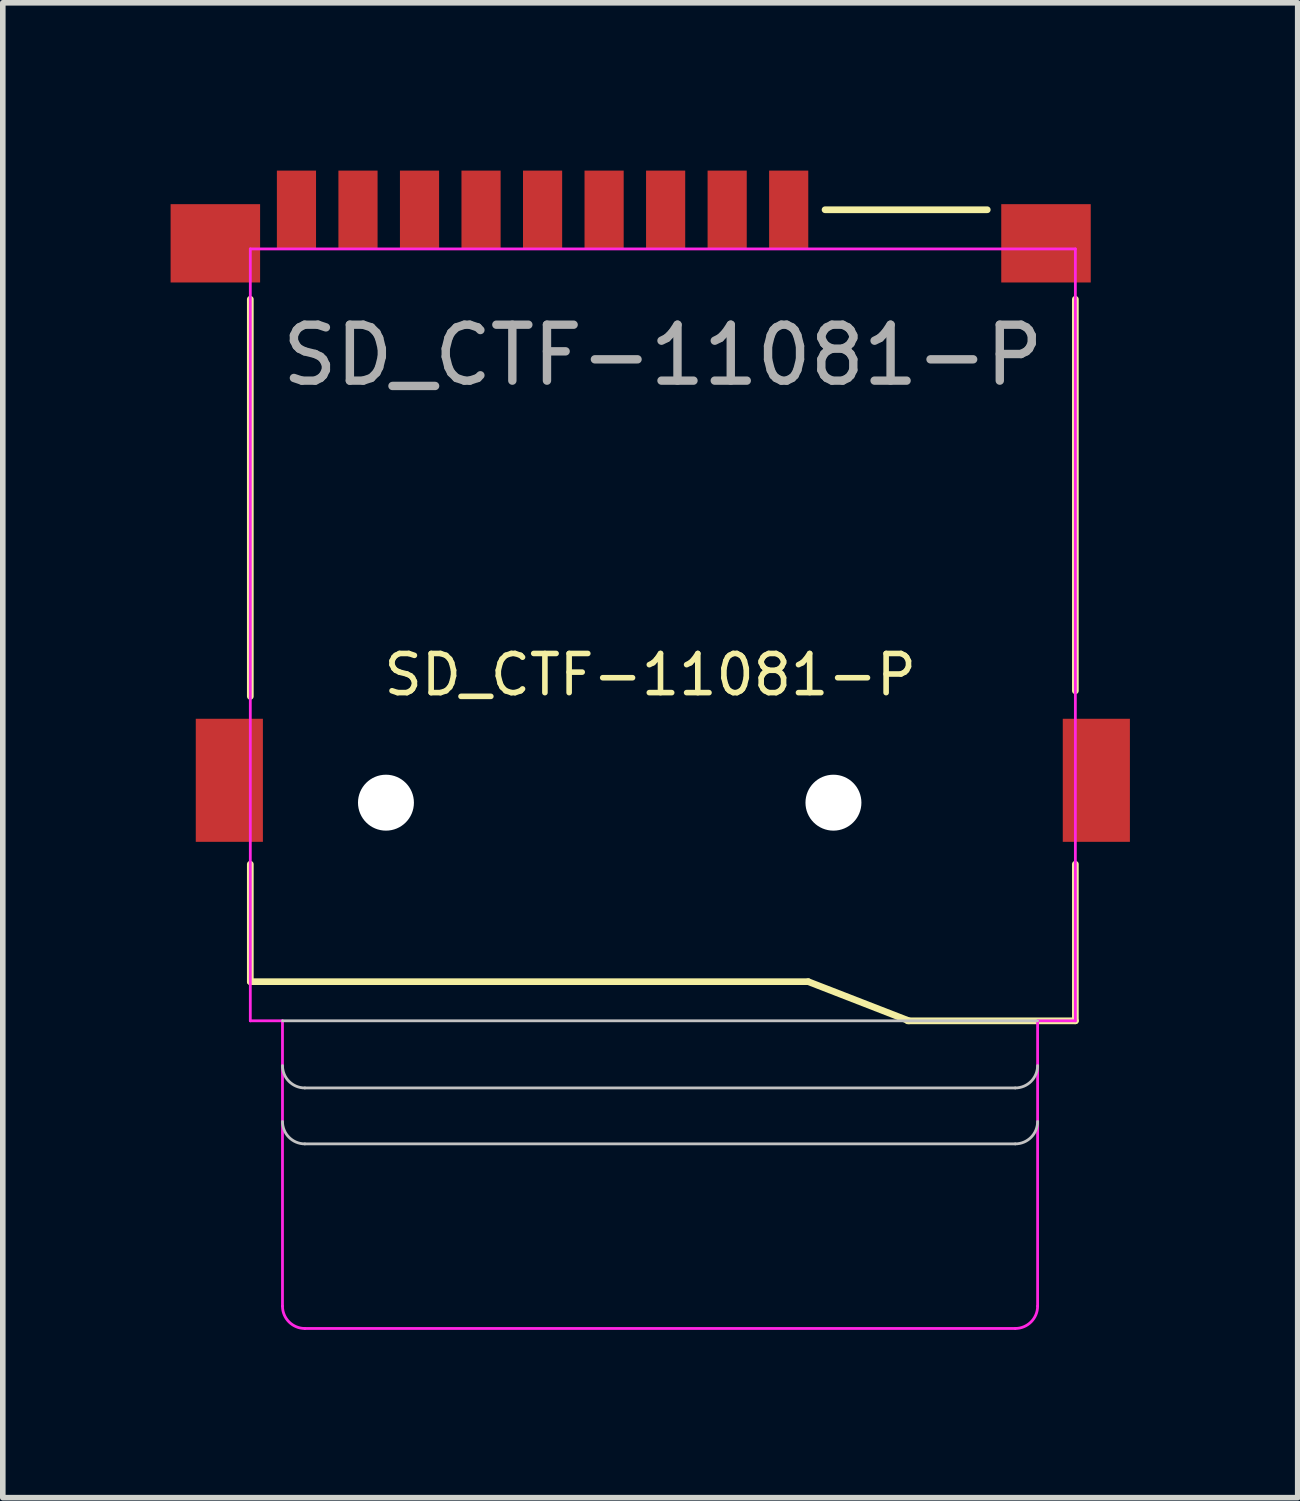
<source format=kicad_pcb>
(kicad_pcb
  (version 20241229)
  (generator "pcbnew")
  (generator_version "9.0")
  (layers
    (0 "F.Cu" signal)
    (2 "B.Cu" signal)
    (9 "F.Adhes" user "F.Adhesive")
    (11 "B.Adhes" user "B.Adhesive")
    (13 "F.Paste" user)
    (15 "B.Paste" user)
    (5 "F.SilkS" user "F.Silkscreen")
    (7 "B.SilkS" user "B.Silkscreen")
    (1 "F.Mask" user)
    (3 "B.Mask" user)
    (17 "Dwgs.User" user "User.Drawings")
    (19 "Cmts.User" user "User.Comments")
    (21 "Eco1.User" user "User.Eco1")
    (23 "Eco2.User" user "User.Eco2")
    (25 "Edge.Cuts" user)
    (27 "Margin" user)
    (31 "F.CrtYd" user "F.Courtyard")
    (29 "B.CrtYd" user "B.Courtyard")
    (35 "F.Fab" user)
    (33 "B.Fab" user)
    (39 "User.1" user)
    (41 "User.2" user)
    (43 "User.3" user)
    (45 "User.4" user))
  (footprint "SD_CTF-11081-P"
    (layer "F.Cu")
    (at 8.8 11.3)
    (property "Reference" "SD_CTF-11081-P" (at -0.225 -2.286 0) (layer "F.SilkS") (effects (font (size 0.7 0.7) (thickness 0.1))))
    (attr smd)
    (fp_line (start -7.375 -1.9) (end -7.375 -9) (stroke (width 0.12) (type solid)) (layer "F.SilkS"))
    (fp_line (start -7.375 3.2) (end -7.375 1.1) (stroke (width 0.12) (type solid)) (layer "F.SilkS"))
    (fp_line (start 2.6 3.2) (end -7.375 3.2) (stroke (width 0.12) (type solid)) (layer "F.SilkS"))
    (fp_line (start 2.9 -10.6) (end 5.8 -10.6) (stroke (width 0.12) (type solid)) (layer "F.SilkS"))
    (fp_line (start 4.4 3.9) (end 2.6 3.2) (stroke (width 0.12) (type solid)) (layer "F.SilkS"))
    (fp_line (start 7.375 -9) (end 7.375 -2) (stroke (width 0.12) (type solid)) (layer "F.SilkS"))
    (fp_line (start 7.375 1.1) (end 7.375 3.9) (stroke (width 0.12) (type solid)) (layer "F.SilkS"))
    (fp_line (start 7.375 3.9) (end 4.375 3.9) (stroke (width 0.12) (type solid)) (layer "F.SilkS"))
    (fp_line (start -6.8 3.9) (end 6.7 3.9) (stroke (width 0.05) (type solid)) (layer "Dwgs.User"))
    (fp_line (start -6.4 5.1) (end 6.3 5.1) (stroke (width 0.05) (type solid)) (layer "Dwgs.User"))
    (fp_line (start -6.4 6.1) (end 6.3 6.1) (stroke (width 0.05) (type solid)) (layer "Dwgs.User"))
    (fp_arc (start -6.4 5.1) (mid -6.682843 4.982843) (end -6.8 4.7) (stroke (width 0.05) (type solid)) (layer "Dwgs.User"))
    (fp_arc (start -6.4 6.1) (mid -6.682843 5.982843) (end -6.8 5.7) (stroke (width 0.05) (type solid)) (layer "Dwgs.User"))
    (fp_arc (start 6.7 4.7) (mid 6.582843 4.982843) (end 6.3 5.1) (stroke (width 0.05) (type solid)) (layer "Dwgs.User"))
    (fp_arc (start 6.7 5.7) (mid 6.582843 5.982843) (end 6.3 6.1) (stroke (width 0.05) (type solid)) (layer "Dwgs.User"))
    (fp_line (start -7.375 -9.9) (end -7.375 3.9) (stroke (width 0.05) (type solid)) (layer "F.CrtYd"))
    (fp_line (start -7.375 -9.9) (end 7.375 -9.9) (stroke (width 0.05) (type solid)) (layer "F.CrtYd"))
    (fp_line (start -7.375 3.9) (end -6.8 3.9) (stroke (width 0.05) (type solid)) (layer "F.CrtYd"))
    (fp_line (start -6.8 3.9) (end -6.8 9) (stroke (width 0.05) (type solid)) (layer "F.CrtYd"))
    (fp_line (start -6.4 9.4) (end 6.3 9.4) (stroke (width 0.05) (type solid)) (layer "F.CrtYd"))
    (fp_line (start 6.7 3.9) (end 7.375 3.9) (stroke (width 0.05) (type solid)) (layer "F.CrtYd"))
    (fp_line (start 6.7 9) (end 6.7 3.9) (stroke (width 0.05) (type solid)) (layer "F.CrtYd"))
    (fp_line (start 7.375 -9.9) (end 7.375 3.9) (stroke (width 0.05) (type solid)) (layer "F.CrtYd"))
    (fp_arc (start -6.4 9.4) (mid -6.682843 9.282843) (end -6.8 9) (stroke (width 0.05) (type solid)) (layer "F.CrtYd"))
    (fp_arc (start 6.7 9) (mid 6.582843 9.282843) (end 6.3 9.4) (stroke (width 0.05) (type solid)) (layer "F.CrtYd"))
    (fp_text user "${REFERENCE}" (at 0 -8 180) (layer "F.Fab") (effects (font (size 1 1) (thickness 0.15))))
    (pad "" np_thru_hole circle (at -4.95 0) (size 1 1) (drill 1) (layers "*.Cu" "*.Mask"))
    (pad "" np_thru_hole circle (at 3.05 0) (size 1 1) (drill 1) (layers "*.Cu" "*.Mask"))
    (pad "1" smd rect (at 2.25 -10.6) (size 0.7 1.4) (layers "F.Cu" "F.Mask" "F.Paste"))
    (pad "2" smd rect (at 1.15 -10.6) (size 0.7 1.4) (layers "F.Cu" "F.Mask" "F.Paste"))
    (pad "3" smd rect (at 0.05 -10.6) (size 0.7 1.4) (layers "F.Cu" "F.Mask" "F.Paste"))
    (pad "4" smd rect (at -1.05 -10.6) (size 0.7 1.4) (layers "F.Cu" "F.Mask" "F.Paste"))
    (pad "5" smd rect (at -2.15 -10.6) (size 0.7 1.4) (layers "F.Cu" "F.Mask" "F.Paste"))
    (pad "6" smd rect (at -3.25 -10.6) (size 0.7 1.4) (layers "F.Cu" "F.Mask" "F.Paste"))
    (pad "7" smd rect (at -4.35 -10.6) (size 0.7 1.4) (layers "F.Cu" "F.Mask" "F.Paste"))
    (pad "8" smd rect (at -5.45 -10.6) (size 0.7 1.4) (layers "F.Cu" "F.Mask" "F.Paste"))
    (pad "10" smd rect (at -6.55 -10.6) (size 0.7 1.4) (layers "F.Cu" "F.Mask" "F.Paste"))
    (pad "11" smd rect (at -8 -10) (size 1.6 1.4) (layers "F.Cu" "F.Mask" "F.Paste"))
    (pad "11" smd rect (at -7.75 -0.4) (size 1.2 2.2) (layers "F.Cu" "F.Mask" "F.Paste"))
    (pad "11" smd rect (at 6.85 -10) (size 1.6 1.4) (layers "F.Cu" "F.Mask" "F.Paste"))
    (pad "11" smd rect (at 7.75 -0.4) (size 1.2 2.2) (layers "F.Cu" "F.Mask" "F.Paste")))
  (gr_rect
    (start -3 -3)
    (end 20.15 23.725)
    (stroke (width 0.1) (type default))
    (fill no)
    (layer "Edge.Cuts")))
</source>
